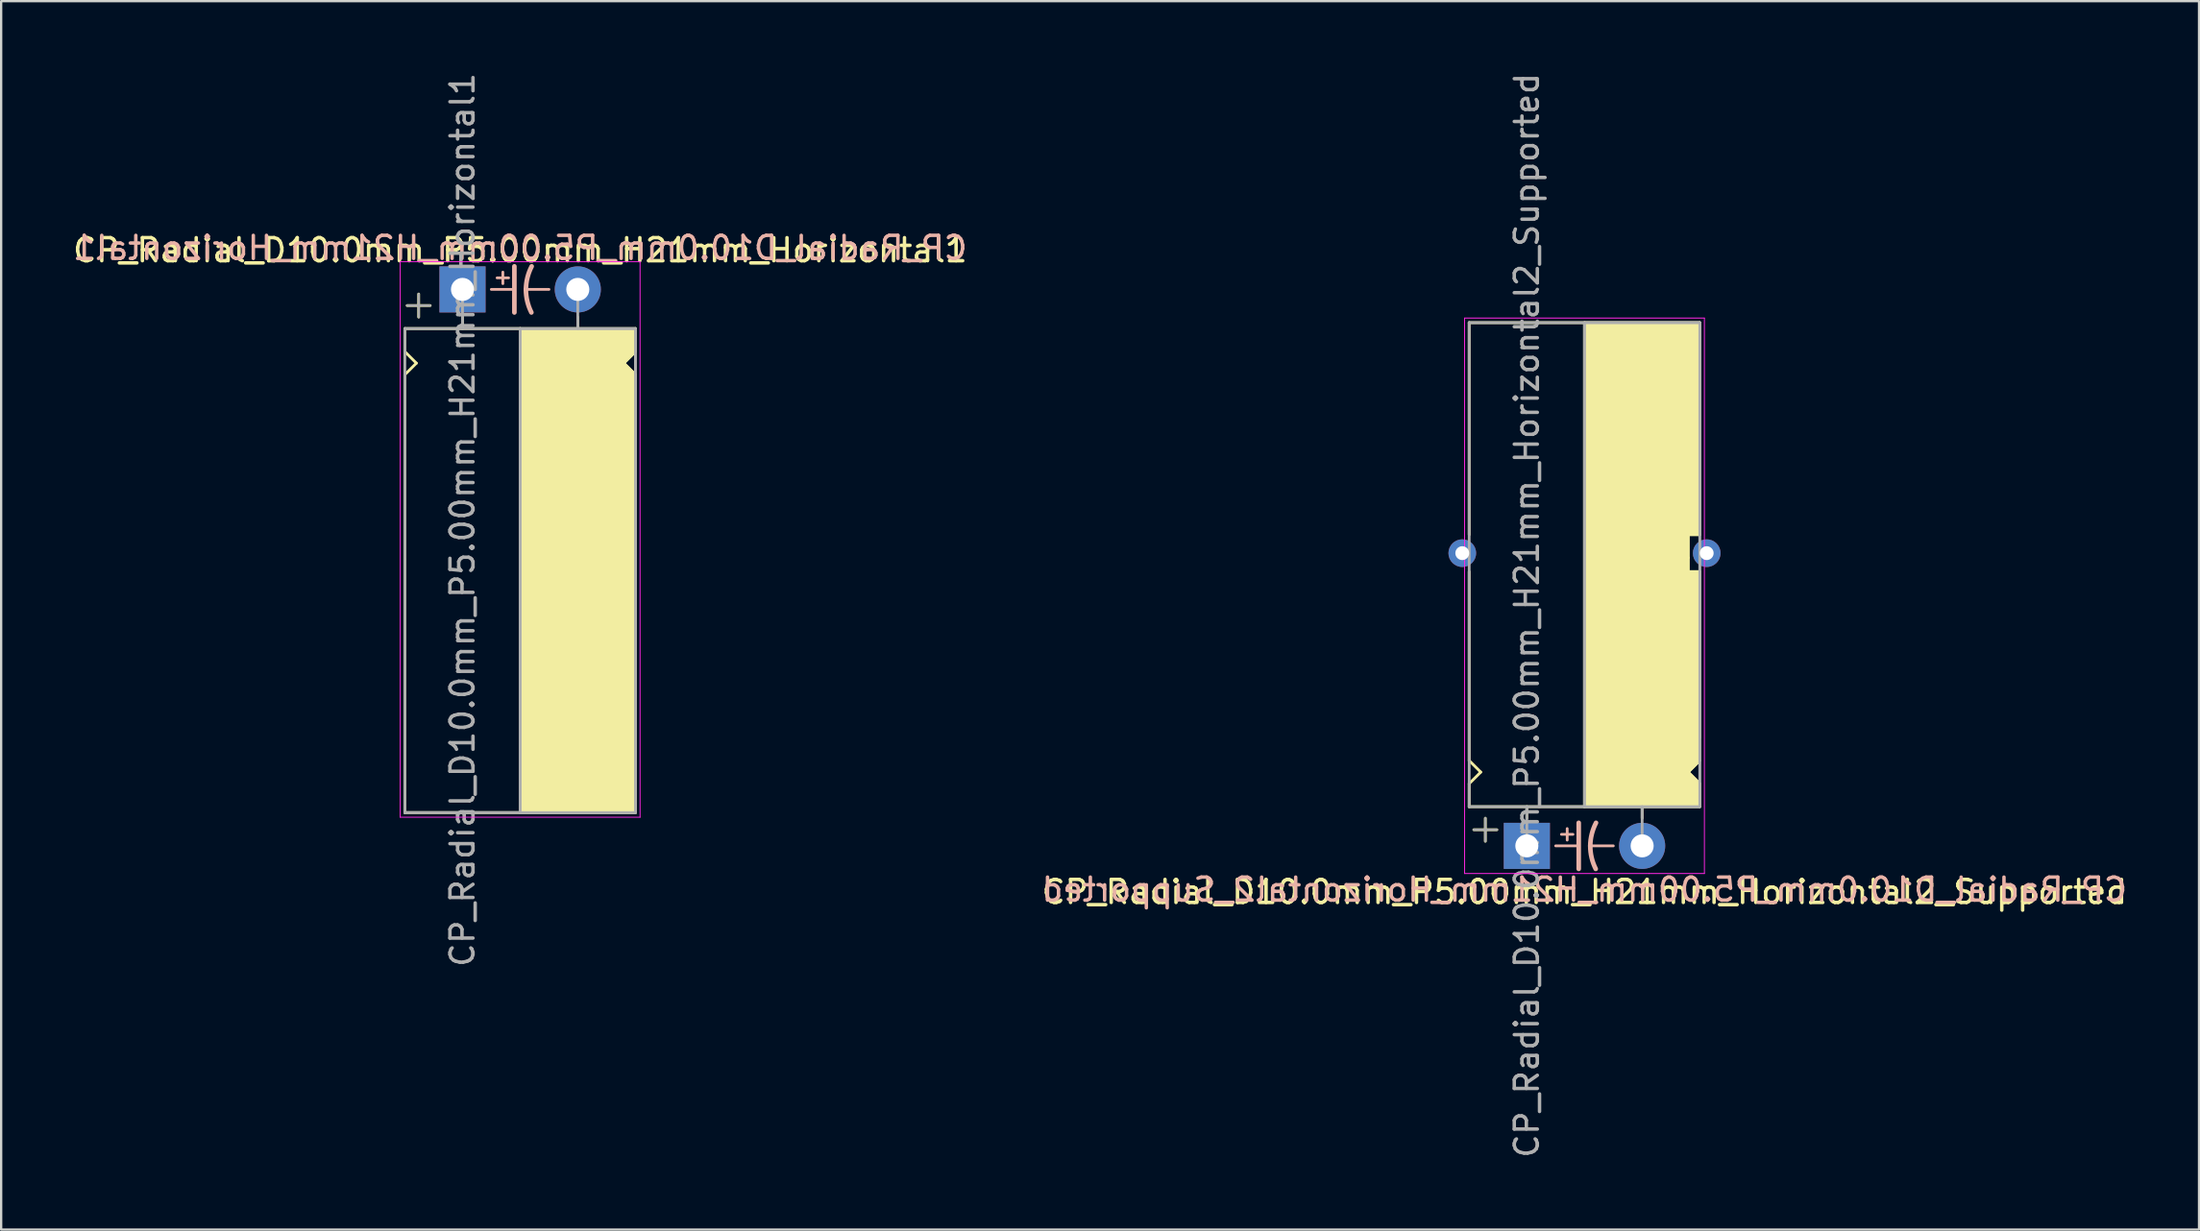
<source format=kicad_pcb>
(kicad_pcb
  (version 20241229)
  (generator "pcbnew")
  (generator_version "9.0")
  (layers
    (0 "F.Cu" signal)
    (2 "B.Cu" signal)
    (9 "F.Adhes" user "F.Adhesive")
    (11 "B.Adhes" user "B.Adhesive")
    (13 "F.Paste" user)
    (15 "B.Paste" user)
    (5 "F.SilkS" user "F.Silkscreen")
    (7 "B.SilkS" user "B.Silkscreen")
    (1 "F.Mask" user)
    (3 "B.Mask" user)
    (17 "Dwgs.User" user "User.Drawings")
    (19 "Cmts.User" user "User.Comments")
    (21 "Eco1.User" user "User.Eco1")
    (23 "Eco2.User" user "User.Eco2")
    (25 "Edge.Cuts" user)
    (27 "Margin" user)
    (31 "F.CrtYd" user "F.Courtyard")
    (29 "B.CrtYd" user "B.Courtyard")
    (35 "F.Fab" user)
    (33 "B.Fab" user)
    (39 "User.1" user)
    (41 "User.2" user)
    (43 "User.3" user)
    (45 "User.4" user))
  (footprint "CP_Radial_D10.0mm_P5.00mm_H21mm_Horizontal1"
    (layer "F.Cu")
    (at 17.006 9.506)
    (property "Reference" "CP_Radial_D10.0mm_P5.00mm_H21mm_Horizontal1" (at 2.5 -1.7 0) (layer "F.SilkS") (effects (font (size 1 1) (thickness 0.15))))
    (fp_line (start -2.5 1.7) (end -2.5 2.7) (stroke (width 0.12) (type solid)) (layer "F.SilkS"))
    (fp_line (start -2.5 2.7) (end -2 3.2) (stroke (width 0.12) (type solid)) (layer "F.SilkS"))
    (fp_line (start -2.5 3.7) (end -2.5 11.7) (stroke (width 0.12) (type solid)) (layer "F.SilkS"))
    (fp_line (start -2.5 11.7) (end -2.5 22.7) (stroke (width 0.12) (type solid)) (layer "F.SilkS"))
    (fp_line (start -2.5 22.7) (end 7.5 22.7) (stroke (width 0.12) (type solid)) (layer "F.SilkS"))
    (fp_line (start -2 3.2) (end -2.5 3.7) (stroke (width 0.12) (type solid)) (layer "F.SilkS"))
    (fp_line (start -1.9 0.2) (end -1.9 1.2) (stroke (width 0.12) (type solid)) (layer "F.SilkS"))
    (fp_line (start -1.4 0.7) (end -2.4 0.7) (stroke (width 0.12) (type solid)) (layer "F.SilkS"))
    (fp_line (start 0 1.7) (end 0 1.2) (stroke (width 0.12) (type solid)) (layer "F.SilkS"))
    (fp_line (start 2.5 1.7) (end -2.5 1.7) (stroke (width 0.12) (type solid)) (layer "F.SilkS"))
    (fp_line (start 2.5 22.7) (end 2.5 1.7) (stroke (width 0.12) (type solid)) (layer "F.SilkS"))
    (fp_line (start 5 1.7) (end 5 1.2) (stroke (width 0.12) (type solid)) (layer "F.SilkS"))
    (fp_line (start 7 3.2) (end 7.5 3.7) (stroke (width 0.12) (type solid)) (layer "F.SilkS"))
    (fp_line (start 7.5 1.7) (end 2.5 1.7) (stroke (width 0.12) (type solid)) (layer "F.SilkS"))
    (fp_line (start 7.5 1.7) (end 7.5 2.7) (stroke (width 0.12) (type solid)) (layer "F.SilkS"))
    (fp_line (start 7.5 2.7) (end 7 3.2) (stroke (width 0.12) (type solid)) (layer "F.SilkS"))
    (fp_line (start 7.5 3.7) (end 7.5 11.7) (stroke (width 0.12) (type solid)) (layer "F.SilkS"))
    (fp_line (start 7.5 11.7) (end 7.5 22.7) (stroke (width 0.12) (type solid)) (layer "F.SilkS"))
    (fp_poly (pts (xy 7.5 2.7) (xy 7 3.2) (xy 7.5 3.7) (xy 7.5 22.7) (xy 2.5 22.7) (xy 2.5 1.7) (xy 7.5 1.7)) (stroke (width 0.1) (type solid)) (fill yes) (layer "F.SilkS"))
    (fp_line (start 1.25 0) (end 2.25 0) (stroke (width 0.12) (type solid)) (layer "B.SilkS"))
    (fp_line (start 1.5 -0.5) (end 2 -0.5) (stroke (width 0.12) (type solid)) (layer "B.SilkS"))
    (fp_line (start 1.75 -0.75) (end 1.75 -0.25) (stroke (width 0.12) (type solid)) (layer "B.SilkS"))
    (fp_line (start 2.25 1) (end 2.25 -1) (stroke (width 0.2) (type solid)) (layer "B.SilkS"))
    (fp_line (start 3.75 0) (end 2.75 0) (stroke (width 0.12) (type solid)) (layer "B.SilkS"))
    (fp_arc (start 2.75 0) (mid 2.816707 -0.514573) (end 3 -1) (stroke (width 0.2) (type solid)) (layer "B.SilkS"))
    (fp_arc (start 2.987539 1) (mid 2.810248 0.513901) (end 2.75 0) (stroke (width 0.2) (type solid)) (layer "B.SilkS"))
    (fp_line (start -2.7 -1.2) (end 5.3 -1.2) (stroke (width 0.04) (type solid)) (layer "F.CrtYd"))
    (fp_line (start -2.7 22.9) (end -2.7 -1.2) (stroke (width 0.04) (type solid)) (layer "F.CrtYd"))
    (fp_line (start 5.3 -1.2) (end 7.7 -1.2) (stroke (width 0.04) (type solid)) (layer "F.CrtYd"))
    (fp_line (start 7.7 -1.2) (end 7.7 22.9) (stroke (width 0.04) (type solid)) (layer "F.CrtYd"))
    (fp_line (start 7.7 22.9) (end -2.7 22.9) (stroke (width 0.04) (type solid)) (layer "F.CrtYd"))
    (fp_line (start -2.5 1.7) (end -2.5 22.7) (stroke (width 0.12) (type solid)) (layer "F.Fab"))
    (fp_line (start -2.5 22.7) (end 7.5 22.7) (stroke (width 0.12) (type solid)) (layer "F.Fab"))
    (fp_line (start -2.4 0.7) (end -1.4 0.7) (stroke (width 0.1) (type solid)) (layer "F.Fab"))
    (fp_line (start -1.9 1.2) (end -1.9 0.2) (stroke (width 0.1) (type solid)) (layer "F.Fab"))
    (fp_line (start 0 1.7) (end 0 0) (stroke (width 0.12) (type solid)) (layer "F.Fab"))
    (fp_line (start 2.5 1.7) (end 2.5 22.7) (stroke (width 0.12) (type solid)) (layer "F.Fab"))
    (fp_line (start 5 1.7) (end 5 0) (stroke (width 0.12) (type solid)) (layer "F.Fab"))
    (fp_line (start 7.5 1.7) (end -2.5 1.7) (stroke (width 0.12) (type solid)) (layer "F.Fab"))
    (fp_line (start 7.5 22.7) (end 7.5 1.7) (stroke (width 0.12) (type solid)) (layer "F.Fab"))
    (fp_poly (pts (xy 7.5 22.7) (xy 2.5 22.7) (xy 2.5 1.7) (xy 7.5 1.7)) (stroke (width 0.1) (type solid)) (fill no) (layer "F.Fab"))
    (fp_text user "${REFERENCE}" (at 2.5 -1.8 0) (layer "B.SilkS") (effects (font (size 1 1) (thickness 0.15)) (justify mirror)))
    (fp_text user "${REFERENCE}" (at 0 10 90) (layer "F.Fab") (effects (font (size 1 1) (thickness 0.15))))
    (pad "1" thru_hole rect (at 0 0) (size 2 2) (drill 1) (layers "*.Cu" "*.Mask"))
    (pad "2" thru_hole circle (at 5 0) (size 2 2) (drill 1) (layers "*.Cu" "*.Mask")))
  (footprint "CP_Radial_D10.0mm_P5.00mm_H21mm_Horizontal2_Supported"
    (layer "F.Cu")
    (at 63.161 33.649)
    (property "Reference" "CP_Radial_D10.0mm_P5.00mm_H21mm_Horizontal2_Supported" (at 2.5 2 0) (layer "F.SilkS") (effects (font (size 1 1) (thickness 0.15))))
    (fp_line (start -2.5 -22.7) (end 7.5 -22.7) (stroke (width 0.12) (type solid)) (layer "F.SilkS"))
    (fp_line (start -2.5 -13.5) (end -2.5 -22.7) (stroke (width 0.12) (type solid)) (layer "F.SilkS"))
    (fp_line (start -2.5 -3.7) (end -2.5 -11.9) (stroke (width 0.12) (type solid)) (layer "F.SilkS"))
    (fp_line (start -2.5 -2.7) (end -2 -3.2) (stroke (width 0.12) (type solid)) (layer "F.SilkS"))
    (fp_line (start -2.5 -1.7) (end -2.5 -2.7) (stroke (width 0.12) (type solid)) (layer "F.SilkS"))
    (fp_line (start -2 -3.2) (end -2.5 -3.7) (stroke (width 0.12) (type solid)) (layer "F.SilkS"))
    (fp_line (start -1.8 -1.2) (end -1.8 -0.2) (stroke (width 0.12) (type solid)) (layer "F.SilkS"))
    (fp_line (start -1.3 -0.7) (end -2.3 -0.7) (stroke (width 0.12) (type solid)) (layer "F.SilkS"))
    (fp_line (start 0 -1.7) (end 0 -1.2) (stroke (width 0.12) (type solid)) (layer "F.SilkS"))
    (fp_line (start 2.5 -22.7) (end 2.5 -1.7) (stroke (width 0.12) (type solid)) (layer "F.SilkS"))
    (fp_line (start 2.5 -1.7) (end -2.5 -1.7) (stroke (width 0.12) (type solid)) (layer "F.SilkS"))
    (fp_line (start 5 -1.7) (end 5 -1.2) (stroke (width 0.12) (type solid)) (layer "F.SilkS"))
    (fp_line (start 7 -13.5) (end 7 -12.5) (stroke (width 0.12) (type solid)) (layer "F.SilkS"))
    (fp_line (start 7 -12.5) (end 7 -11.9) (stroke (width 0.12) (type solid)) (layer "F.SilkS"))
    (fp_line (start 7 -11.9) (end 7.5 -11.9) (stroke (width 0.12) (type solid)) (layer "F.SilkS"))
    (fp_line (start 7 -3.2) (end 7.5 -3.7) (stroke (width 0.12) (type solid)) (layer "F.SilkS"))
    (fp_line (start 7.5 -13.5) (end 7 -13.5) (stroke (width 0.12) (type solid)) (layer "F.SilkS"))
    (fp_line (start 7.5 -13.5) (end 7.5 -22.7) (stroke (width 0.12) (type solid)) (layer "F.SilkS"))
    (fp_line (start 7.5 -4.7) (end 7.5 -11.9) (stroke (width 0.12) (type solid)) (layer "F.SilkS"))
    (fp_line (start 7.5 -2.7) (end 7 -3.2) (stroke (width 0.12) (type solid)) (layer "F.SilkS"))
    (fp_line (start 7.5 -1.7) (end 2.5 -1.7) (stroke (width 0.12) (type solid)) (layer "F.SilkS"))
    (fp_line (start 7.5 -1.7) (end 7.5 -2.7) (stroke (width 0.12) (type solid)) (layer "F.SilkS"))
    (fp_poly (pts (xy 7.5 -2.7) (xy 7 -3.2) (xy 7.5 -3.7) (xy 7.5 -11.9) (xy 7 -11.9) (xy 7 -13.5) (xy 7.5 -13.5) (xy 7.5 -22.7) (xy 2.5 -22.7) (xy 2.5 -1.7) (xy 7.5 -1.7)) (stroke (width 0.1) (type solid)) (fill yes) (layer "F.SilkS"))
    (fp_line (start 1.25 0) (end 2.25 0) (stroke (width 0.12) (type solid)) (layer "B.SilkS"))
    (fp_line (start 1.5 -0.5) (end 2 -0.5) (stroke (width 0.12) (type solid)) (layer "B.SilkS"))
    (fp_line (start 1.75 -0.75) (end 1.75 -0.25) (stroke (width 0.12) (type solid)) (layer "B.SilkS"))
    (fp_line (start 2.25 1) (end 2.25 -1) (stroke (width 0.2) (type solid)) (layer "B.SilkS"))
    (fp_line (start 3.75 0) (end 2.75 0) (stroke (width 0.12) (type solid)) (layer "B.SilkS"))
    (fp_arc (start 2.75 0) (mid 2.816707 -0.514573) (end 3 -1) (stroke (width 0.2) (type solid)) (layer "B.SilkS"))
    (fp_arc (start 2.987539 1) (mid 2.810248 0.513901) (end 2.75 0) (stroke (width 0.2) (type solid)) (layer "B.SilkS"))
    (fp_line (start -2.7 -22.9) (end -2.7 1.2) (stroke (width 0.04) (type solid)) (layer "F.CrtYd"))
    (fp_line (start -2.7 1.2) (end 5.3 1.2) (stroke (width 0.04) (type solid)) (layer "F.CrtYd"))
    (fp_line (start 5.3 1.2) (end 7.7 1.2) (stroke (width 0.04) (type solid)) (layer "F.CrtYd"))
    (fp_line (start 7.7 -22.9) (end -2.7 -22.9) (stroke (width 0.04) (type solid)) (layer "F.CrtYd"))
    (fp_line (start 7.7 1.2) (end 7.7 -22.9) (stroke (width 0.04) (type solid)) (layer "F.CrtYd"))
    (fp_line (start -2.5 -22.7) (end 7.5 -22.7) (stroke (width 0.12) (type solid)) (layer "F.Fab"))
    (fp_line (start -2.5 -1.7) (end -2.5 -22.7) (stroke (width 0.12) (type solid)) (layer "F.Fab"))
    (fp_line (start -2.3 -0.7) (end -1.3 -0.7) (stroke (width 0.1) (type solid)) (layer "F.Fab"))
    (fp_line (start -1.8 -0.2) (end -1.8 -1.2) (stroke (width 0.1) (type solid)) (layer "F.Fab"))
    (fp_line (start 0 -1.7) (end 0 0) (stroke (width 0.12) (type solid)) (layer "F.Fab"))
    (fp_line (start 2.5 -1.7) (end 2.5 -22.7) (stroke (width 0.12) (type solid)) (layer "F.Fab"))
    (fp_line (start 5 -1.7) (end 5 0) (stroke (width 0.12) (type solid)) (layer "F.Fab"))
    (fp_line (start 7.5 -22.7) (end 7.5 -1.7) (stroke (width 0.12) (type solid)) (layer "F.Fab"))
    (fp_line (start 7.5 -1.7) (end -2.5 -1.7) (stroke (width 0.12) (type solid)) (layer "F.Fab"))
    (fp_poly (pts (xy 7.5 -22.7) (xy 2.5 -22.7) (xy 2.5 -1.7) (xy 7.5 -1.7)) (stroke (width 0.1) (type solid)) (fill no) (layer "F.Fab"))
    (fp_text user "${REFERENCE}" (at 2.5 1.9 0) (layer "B.SilkS") (effects (font (size 1 1) (thickness 0.15)) (justify mirror)))
    (fp_text user "${REFERENCE}" (at 0 -10 90) (layer "F.Fab") (effects (font (size 1 1) (thickness 0.15))))
    (pad "1" thru_hole rect (at 0 0) (size 2 2) (drill 1) (layers "*.Cu" "*.Mask"))
    (pad "2" thru_hole circle (at 5 0) (size 2 2) (drill 1) (layers "*.Cu" "*.Mask"))
    (pad "~" thru_hole circle (at -2.8 -12.7 180) (size 1.2 1.2) (drill 0.6) (layers "*.Cu" "*.Mask"))
    (pad "~" thru_hole circle (at 7.8 -12.7 180) (size 1.2 1.2) (drill 0.6) (layers "*.Cu" "*.Mask")))
  (gr_rect
    (start -3 -3)
    (end 92.31 50.298)
    (stroke (width 0.1) (type default))
    (fill no)
    (layer "Edge.Cuts")))
</source>
